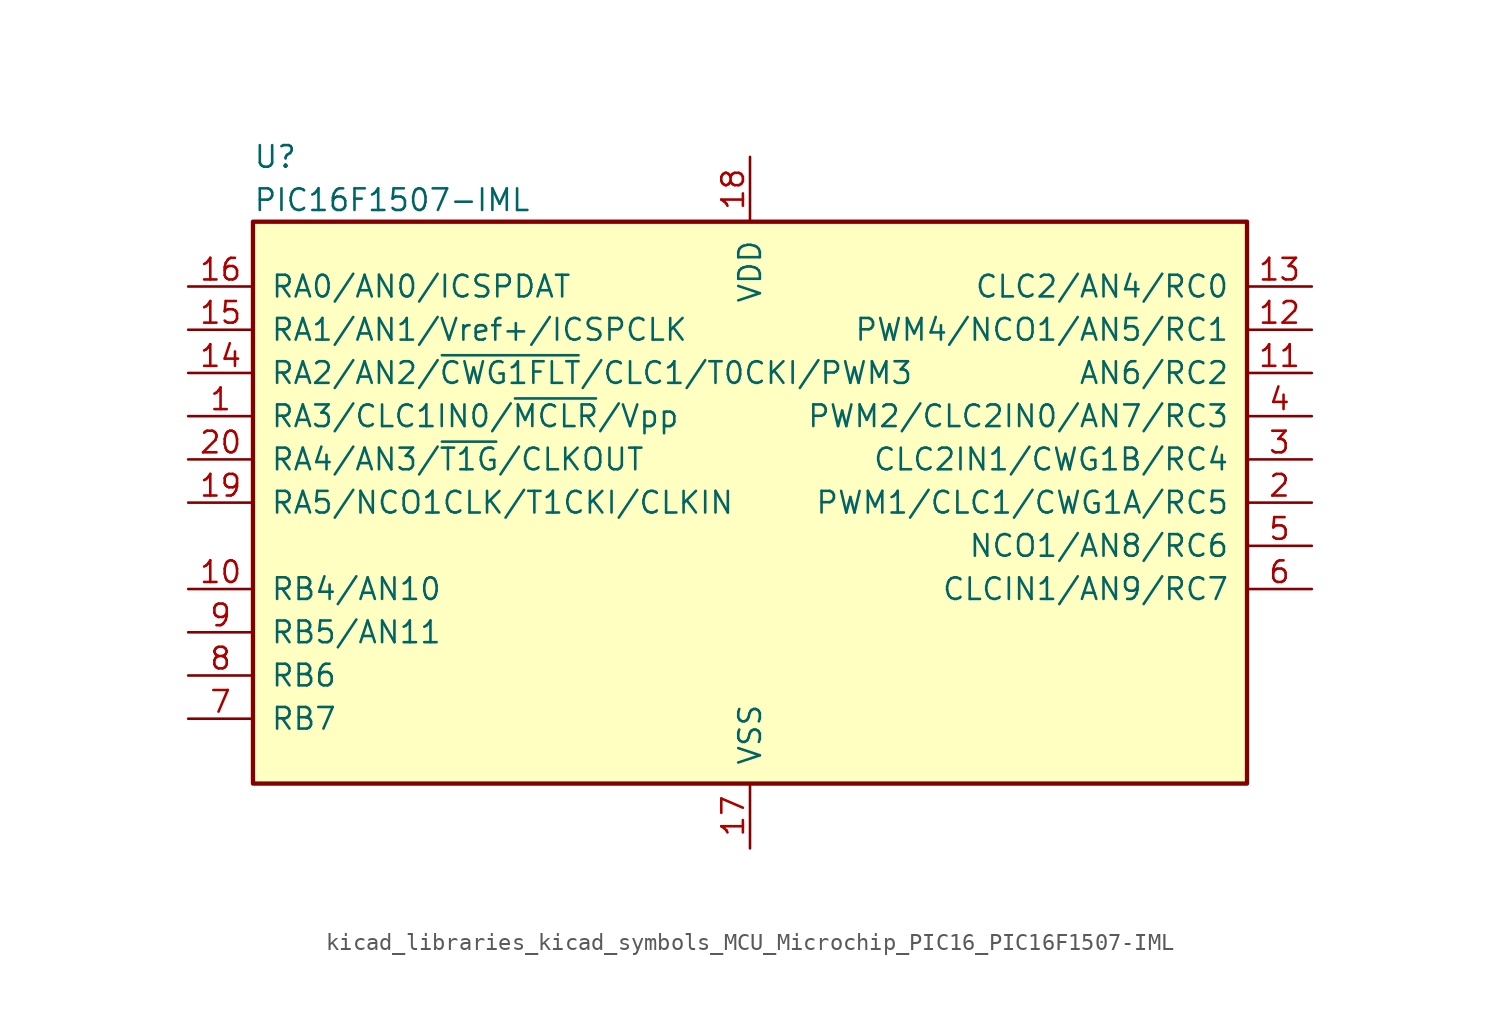
<source format=kicad_sym>
(kicad_symbol_lib
  (version 20220914)
  (generator kicad_symbol_editor)
  (symbol "kicad_libraries_kicad_symbols_MCU_Microchip_PIC16_PIC16F1507-IML"
    (pin_names
      (offset 1.016))
    (property "Reference" "U"
      (at -29.21 20.32 0)
      (effects (font (size 1.27 1.27)) (justify left)))
    (property "Value" "PIC16F1507-IML"
      (at -29.21 17.78 0)
      (effects (font (size 1.27 1.27)) (justify left)))
    (symbol "kicad_libraries_kicad_symbols_MCU_Microchip_PIC16_PIC16F1507-IML_0_1"
      (rectangle (start -29.21 16.51) (end 29.21 -16.51) (stroke (width 0.254) (type default)) (fill (type background))))
    (symbol "kicad_libraries_kicad_symbols_MCU_Microchip_PIC16_PIC16F1507-IML_1_1"
      (pin input line (at -33.02 5.08 0) (length 3.81) (name "RA3/CLC1IN0/~{MCLR}/Vpp" (effects (font (size 1.27 1.27)))) (number "1" (effects (font (size 1.27 1.27)))))
      (pin bidirectional line (at -33.02 -5.08 0) (length 3.81) (name "RB4/AN10" (effects (font (size 1.27 1.27)))) (number "10" (effects (font (size 1.27 1.27)))))
      (pin bidirectional line (at 33.02 7.62 180) (length 3.81) (name "AN6/RC2" (effects (font (size 1.27 1.27)))) (number "11" (effects (font (size 1.27 1.27)))))
      (pin bidirectional line (at 33.02 10.16 180) (length 3.81) (name "PWM4/NCO1/AN5/RC1" (effects (font (size 1.27 1.27)))) (number "12" (effects (font (size 1.27 1.27)))))
      (pin bidirectional line (at 33.02 12.7 180) (length 3.81) (name "CLC2/AN4/RC0" (effects (font (size 1.27 1.27)))) (number "13" (effects (font (size 1.27 1.27)))))
      (pin bidirectional line (at -33.02 7.62 0) (length 3.81) (name "RA2/AN2/~{CWG1FLT}/CLC1/T0CKI/PWM3" (effects (font (size 1.27 1.27)))) (number "14" (effects (font (size 1.27 1.27)))))
      (pin bidirectional line (at -33.02 10.16 0) (length 3.81) (name "RA1/AN1/Vref+/ICSPCLK" (effects (font (size 1.27 1.27)))) (number "15" (effects (font (size 1.27 1.27)))))
      (pin bidirectional line (at -33.02 12.7 0) (length 3.81) (name "RA0/AN0/ICSPDAT" (effects (font (size 1.27 1.27)))) (number "16" (effects (font (size 1.27 1.27)))))
      (pin power_in line (at 0 -20.32 90) (length 3.81) (name "VSS" (effects (font (size 1.27 1.27)))) (number "17" (effects (font (size 1.27 1.27)))))
      (pin power_in line (at 0 20.32 270) (length 3.81) (name "VDD" (effects (font (size 1.27 1.27)))) (number "18" (effects (font (size 1.27 1.27)))))
      (pin bidirectional line (at -33.02 0 0) (length 3.81) (name "RA5/NCO1CLK/T1CKI/CLKIN" (effects (font (size 1.27 1.27)))) (number "19" (effects (font (size 1.27 1.27)))))
      (pin bidirectional line (at 33.02 0 180) (length 3.81) (name "PWM1/CLC1/CWG1A/RC5" (effects (font (size 1.27 1.27)))) (number "2" (effects (font (size 1.27 1.27)))))
      (pin bidirectional line (at -33.02 2.54 0) (length 3.81) (name "RA4/AN3/~{T1G}/CLKOUT" (effects (font (size 1.27 1.27)))) (number "20" (effects (font (size 1.27 1.27)))))
      (pin bidirectional line (at 33.02 2.54 180) (length 3.81) (name "CLC2IN1/CWG1B/RC4" (effects (font (size 1.27 1.27)))) (number "3" (effects (font (size 1.27 1.27)))))
      (pin bidirectional line (at 33.02 5.08 180) (length 3.81) (name "PWM2/CLC2IN0/AN7/RC3" (effects (font (size 1.27 1.27)))) (number "4" (effects (font (size 1.27 1.27)))))
      (pin bidirectional line (at 33.02 -2.54 180) (length 3.81) (name "NCO1/AN8/RC6" (effects (font (size 1.27 1.27)))) (number "5" (effects (font (size 1.27 1.27)))))
      (pin bidirectional line (at 33.02 -5.08 180) (length 3.81) (name "CLCIN1/AN9/RC7" (effects (font (size 1.27 1.27)))) (number "6" (effects (font (size 1.27 1.27)))))
      (pin bidirectional line (at -33.02 -12.7 0) (length 3.81) (name "RB7" (effects (font (size 1.27 1.27)))) (number "7" (effects (font (size 1.27 1.27)))))
      (pin bidirectional line (at -33.02 -10.16 0) (length 3.81) (name "RB6" (effects (font (size 1.27 1.27)))) (number "8" (effects (font (size 1.27 1.27)))))
      (pin bidirectional line (at -33.02 -7.62 0) (length 3.81) (name "RB5/AN11" (effects (font (size 1.27 1.27)))) (number "9" (effects (font (size 1.27 1.27))))))))
</source>
